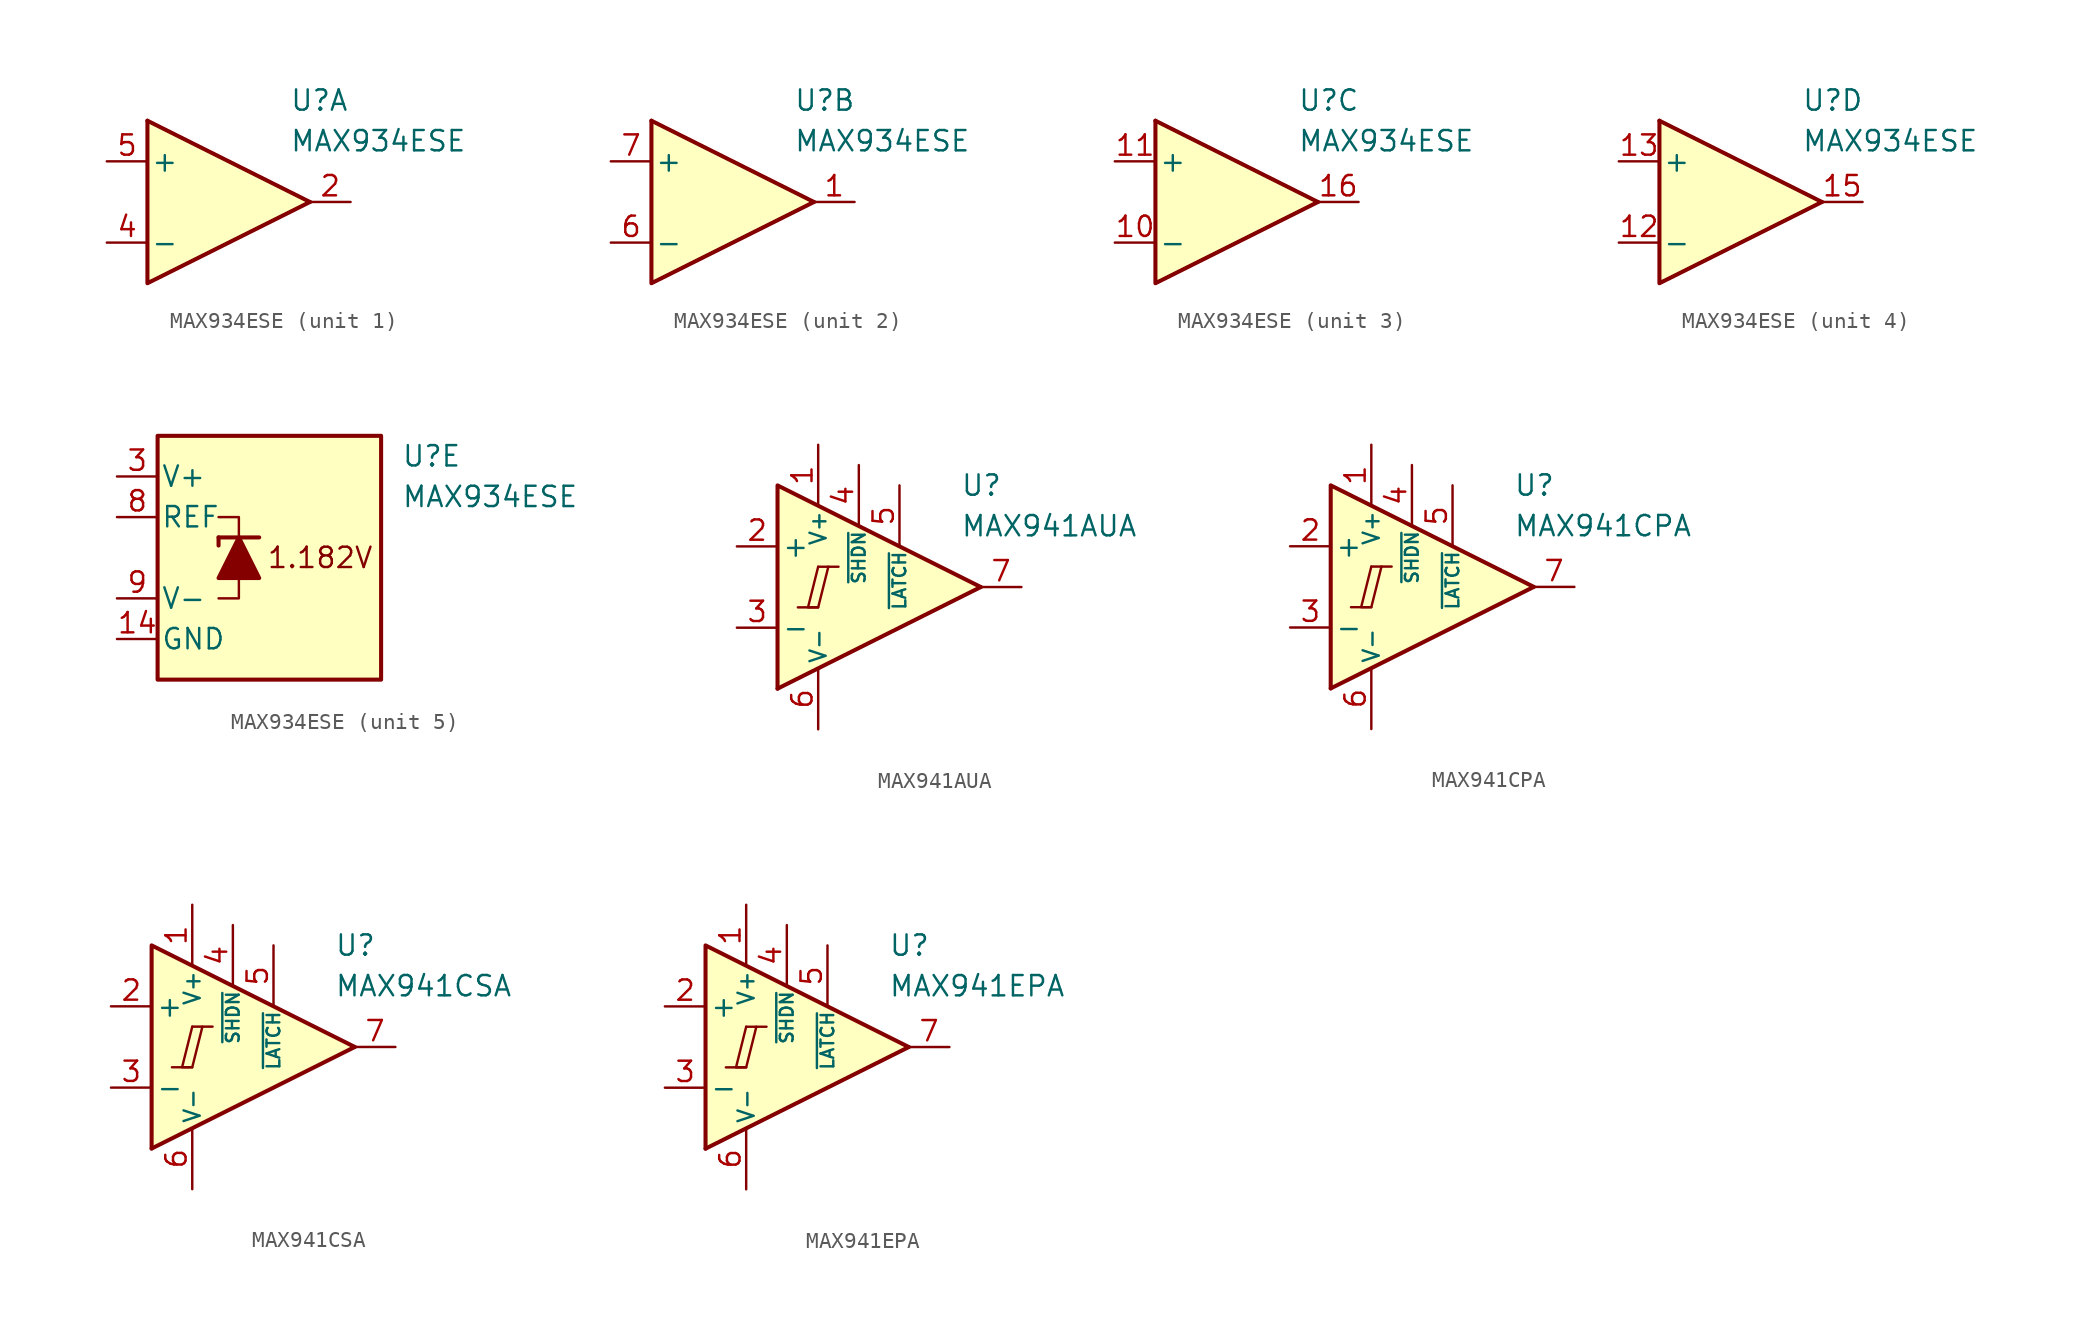
<source format=kicad_sym>
(kicad_symbol_lib
  (version 20231120)
  (generator "kicad_symbol_editor")
  (generator_version "8.0")
  (symbol "MAX934ESE"
    (pin_names
      (offset 0.2))
    (property "Reference" "U"
      (at 5.08 6.35 0)
      (effects (font (size 1.27 1.27)) (justify left)))
    (property "Value" "MAX934ESE"
      (at 5.08 3.81 0)
      (effects (font (size 1.27 1.27)) (justify left)))
    (property "ki_locked" ""
      (at 0 0 0)
      (effects (font (size 1.27 1.27))))
    (symbol "MAX934ESE_1_1"
      (polyline (pts (xy -3.81 5.08) (xy 6.35 0)) (stroke (width 0.254) (type default)) (fill (type none)))
      (polyline (pts (xy -3.81 5.08) (xy -3.81 -5.08) (xy 6.35 0)) (stroke (width 0.254) (type default)) (fill (type background)))
      (pin output line (at 8.89 0 180) (length 2.54) (name "~" (effects (font (size 1.27 1.27)))) (number "2" (effects (font (size 1.27 1.27)))))
      (pin input line (at -6.35 -2.54 0) (length 2.54) (name "-" (effects (font (size 1.27 1.27)))) (number "4" (effects (font (size 1.27 1.27)))))
      (pin input line (at -6.35 2.54 0) (length 2.54) (name "+" (effects (font (size 1.27 1.27)))) (number "5" (effects (font (size 1.27 1.27))))))
    (symbol "MAX934ESE_2_1"
      (polyline (pts (xy -3.81 5.08) (xy 6.35 0)) (stroke (width 0.254) (type default)) (fill (type none)))
      (polyline (pts (xy -3.81 5.08) (xy -3.81 -5.08) (xy 6.35 0)) (stroke (width 0.254) (type default)) (fill (type background)))
      (pin output line (at 8.89 0 180) (length 2.54) (name "~" (effects (font (size 1.27 1.27)))) (number "1" (effects (font (size 1.27 1.27)))))
      (pin input line (at -6.35 -2.54 0) (length 2.54) (name "-" (effects (font (size 1.27 1.27)))) (number "6" (effects (font (size 1.27 1.27)))))
      (pin input line (at -6.35 2.54 0) (length 2.54) (name "+" (effects (font (size 1.27 1.27)))) (number "7" (effects (font (size 1.27 1.27))))))
    (symbol "MAX934ESE_3_1"
      (polyline (pts (xy -3.81 5.08) (xy 6.35 0)) (stroke (width 0.254) (type default)) (fill (type none)))
      (polyline (pts (xy -3.81 5.08) (xy -3.81 -5.08) (xy 6.35 0)) (stroke (width 0.254) (type default)) (fill (type background)))
      (pin input line (at -6.35 -2.54 0) (length 2.54) (name "-" (effects (font (size 1.27 1.27)))) (number "10" (effects (font (size 1.27 1.27)))))
      (pin input line (at -6.35 2.54 0) (length 2.54) (name "+" (effects (font (size 1.27 1.27)))) (number "11" (effects (font (size 1.27 1.27)))))
      (pin output line (at 8.89 0 180) (length 2.54) (name "~" (effects (font (size 1.27 1.27)))) (number "16" (effects (font (size 1.27 1.27))))))
    (symbol "MAX934ESE_4_1"
      (polyline (pts (xy -3.81 5.08) (xy 6.35 0)) (stroke (width 0.254) (type default)) (fill (type none)))
      (polyline (pts (xy -3.81 5.08) (xy -3.81 -5.08) (xy 6.35 0)) (stroke (width 0.254) (type default)) (fill (type background)))
      (pin input line (at -6.35 -2.54 0) (length 2.54) (name "-" (effects (font (size 1.27 1.27)))) (number "12" (effects (font (size 1.27 1.27)))))
      (pin input line (at -6.35 2.54 0) (length 2.54) (name "+" (effects (font (size 1.27 1.27)))) (number "13" (effects (font (size 1.27 1.27)))))
      (pin output line (at 8.89 0 180) (length 2.54) (name "~" (effects (font (size 1.27 1.27)))) (number "15" (effects (font (size 1.27 1.27))))))
    (symbol "MAX934ESE_5_0"
      (text "1.182V" (at 0 0 0) (effects (font (size 1.27 1.27)))))
    (symbol "MAX934ESE_5_1"
      (rectangle (start -10.16 7.62) (end 3.81 -7.62) (stroke (width 0.254) (type default)) (fill (type background)))
      (polyline (pts (xy -6.35 1.27) (xy -6.35 0.762)) (stroke (width 0.254) (type default)) (fill (type none)))
      (polyline (pts (xy -6.35 1.27) (xy -3.81 1.27)) (stroke (width 0.254) (type default)) (fill (type none)))
      (polyline (pts (xy -5.08 -1.27) (xy -5.08 -2.54) (xy -6.35 -2.54)) (stroke (width 0) (type default)) (fill (type none)))
      (polyline (pts (xy -5.08 1.27) (xy -5.08 2.54) (xy -6.35 2.54)) (stroke (width 0) (type default)) (fill (type none)))
      (polyline (pts (xy -3.81 -1.27) (xy -6.35 -1.27) (xy -5.08 1.27) (xy -3.81 -1.27)) (stroke (width 0.254) (type default)) (fill (type outline)))
      (pin power_in line (at -12.7 -5.08 0) (length 2.54) (name "GND" (effects (font (size 1.27 1.27)))) (number "14" (effects (font (size 1.27 1.27)))))
      (pin power_in line (at -12.7 5.08 0) (length 2.54) (name "V+" (effects (font (size 1.27 1.27)))) (number "3" (effects (font (size 1.27 1.27)))))
      (pin output line (at -12.7 2.54 0) (length 2.54) (name "REF" (effects (font (size 1.27 1.27)))) (number "8" (effects (font (size 1.27 1.27)))))
      (pin power_in line (at -12.7 -2.54 0) (length 2.54) (name "V-" (effects (font (size 1.27 1.27)))) (number "9" (effects (font (size 1.27 1.27)))))))
  (symbol "MAX941AUA"
    (pin_names
      (offset 0.254))
    (property "Reference" "U"
      (at 6.35 6.35 0)
      (effects (font (size 1.27 1.27)) (justify left)))
    (property "Value" "MAX941AUA"
      (at 6.35 3.81 0)
      (effects (font (size 1.27 1.27)) (justify left)))
    (symbol "MAX941AUA_0_0"
      (polyline (pts (xy -3.81 -1.27) (xy -2.54 -1.27)) (stroke (width 0.152) (type default)) (fill (type none)))
      (polyline (pts (xy -2.54 1.27) (xy -1.27 1.27)) (stroke (width 0.152) (type default)) (fill (type none)))
      (polyline (pts (xy 7.62 0) (xy -5.08 -6.35)) (stroke (width 0.254) (type default)) (fill (type none)))
      (polyline (pts (xy 7.62 0) (xy -5.08 6.35) (xy -5.08 -6.35)) (stroke (width 0.254) (type default)) (fill (type background)))
      (polyline (pts (xy -2.54 1.27) (xy -3.175 -1.27) (xy -2.54 -1.27) (xy -1.905 1.27)) (stroke (width 0.152) (type default)) (fill (type none))))
    (symbol "MAX941AUA_1_1"
      (pin power_in line (at -2.54 8.89 270) (length 3.81) (name "V+" (effects (font (size 1 1)))) (number "1" (effects (font (size 1.27 1.27)))))
      (pin input line (at -7.62 2.54 0) (length 2.54) (name "+" (effects (font (size 1.27 1.27)))) (number "2" (effects (font (size 1.27 1.27)))))
      (pin input line (at -7.62 -2.54 0) (length 2.54) (name "-" (effects (font (size 1.27 1.27)))) (number "3" (effects (font (size 1.27 1.27)))))
      (pin input line (at 0 7.62 270) (length 3.81) (name "~{SHDN}" (effects (font (size 0.8 0.8)))) (number "4" (effects (font (size 1.27 1.27)))))
      (pin input line (at 2.54 6.35 270) (length 3.81) (name "~{LATCH}" (effects (font (size 0.8 0.8)))) (number "5" (effects (font (size 1.27 1.27)))))
      (pin power_in line (at -2.54 -8.89 90) (length 3.81) (name "V-" (effects (font (size 1 1)))) (number "6" (effects (font (size 1.27 1.27)))))
      (pin output line (at 10.16 0 180) (length 2.54) (name "~" (effects (font (size 1.27 1.27)))) (number "7" (effects (font (size 1.27 1.27)))))
      (pin free line (at -1.27 0 180) (length 2.54) hide (name "NC" (effects (font (size 1.27 1.27)))) (number "8" (effects (font (size 1.27 1.27)))))))
  (symbol "MAX941CPA"
    (pin_names
      (offset 0.254))
    (property "Reference" "U"
      (at 6.35 6.35 0)
      (effects (font (size 1.27 1.27)) (justify left)))
    (property "Value" "MAX941CPA"
      (at 6.35 3.81 0)
      (effects (font (size 1.27 1.27)) (justify left)))
    (symbol "MAX941CPA_0_0"
      (polyline (pts (xy -3.81 -1.27) (xy -2.54 -1.27)) (stroke (width 0.152) (type default)) (fill (type none)))
      (polyline (pts (xy -2.54 1.27) (xy -1.27 1.27)) (stroke (width 0.152) (type default)) (fill (type none)))
      (polyline (pts (xy 7.62 0) (xy -5.08 -6.35)) (stroke (width 0.254) (type default)) (fill (type none)))
      (polyline (pts (xy 7.62 0) (xy -5.08 6.35) (xy -5.08 -6.35)) (stroke (width 0.254) (type default)) (fill (type background)))
      (polyline (pts (xy -2.54 1.27) (xy -3.175 -1.27) (xy -2.54 -1.27) (xy -1.905 1.27)) (stroke (width 0.152) (type default)) (fill (type none))))
    (symbol "MAX941CPA_1_1"
      (pin power_in line (at -2.54 8.89 270) (length 3.81) (name "V+" (effects (font (size 1 1)))) (number "1" (effects (font (size 1.27 1.27)))))
      (pin input line (at -7.62 2.54 0) (length 2.54) (name "+" (effects (font (size 1.27 1.27)))) (number "2" (effects (font (size 1.27 1.27)))))
      (pin input line (at -7.62 -2.54 0) (length 2.54) (name "-" (effects (font (size 1.27 1.27)))) (number "3" (effects (font (size 1.27 1.27)))))
      (pin input line (at 0 7.62 270) (length 3.81) (name "~{SHDN}" (effects (font (size 0.8 0.8)))) (number "4" (effects (font (size 1.27 1.27)))))
      (pin input line (at 2.54 6.35 270) (length 3.81) (name "~{LATCH}" (effects (font (size 0.8 0.8)))) (number "5" (effects (font (size 1.27 1.27)))))
      (pin power_in line (at -2.54 -8.89 90) (length 3.81) (name "V-" (effects (font (size 1 1)))) (number "6" (effects (font (size 1.27 1.27)))))
      (pin output line (at 10.16 0 180) (length 2.54) (name "~" (effects (font (size 1.27 1.27)))) (number "7" (effects (font (size 1.27 1.27)))))
      (pin free line (at -1.27 0 180) (length 2.54) hide (name "NC" (effects (font (size 1.27 1.27)))) (number "8" (effects (font (size 1.27 1.27)))))))
  (symbol "MAX941CSA"
    (pin_names
      (offset 0.254))
    (property "Reference" "U"
      (at 6.35 6.35 0)
      (effects (font (size 1.27 1.27)) (justify left)))
    (property "Value" "MAX941CSA"
      (at 6.35 3.81 0)
      (effects (font (size 1.27 1.27)) (justify left)))
    (symbol "MAX941CSA_0_0"
      (polyline (pts (xy -3.81 -1.27) (xy -2.54 -1.27)) (stroke (width 0.152) (type default)) (fill (type none)))
      (polyline (pts (xy -2.54 1.27) (xy -1.27 1.27)) (stroke (width 0.152) (type default)) (fill (type none)))
      (polyline (pts (xy 7.62 0) (xy -5.08 -6.35)) (stroke (width 0.254) (type default)) (fill (type none)))
      (polyline (pts (xy 7.62 0) (xy -5.08 6.35) (xy -5.08 -6.35)) (stroke (width 0.254) (type default)) (fill (type background)))
      (polyline (pts (xy -2.54 1.27) (xy -3.175 -1.27) (xy -2.54 -1.27) (xy -1.905 1.27)) (stroke (width 0.152) (type default)) (fill (type none))))
    (symbol "MAX941CSA_1_1"
      (pin power_in line (at -2.54 8.89 270) (length 3.81) (name "V+" (effects (font (size 1 1)))) (number "1" (effects (font (size 1.27 1.27)))))
      (pin input line (at -7.62 2.54 0) (length 2.54) (name "+" (effects (font (size 1.27 1.27)))) (number "2" (effects (font (size 1.27 1.27)))))
      (pin input line (at -7.62 -2.54 0) (length 2.54) (name "-" (effects (font (size 1.27 1.27)))) (number "3" (effects (font (size 1.27 1.27)))))
      (pin input line (at 0 7.62 270) (length 3.81) (name "~{SHDN}" (effects (font (size 0.8 0.8)))) (number "4" (effects (font (size 1.27 1.27)))))
      (pin input line (at 2.54 6.35 270) (length 3.81) (name "~{LATCH}" (effects (font (size 0.8 0.8)))) (number "5" (effects (font (size 1.27 1.27)))))
      (pin power_in line (at -2.54 -8.89 90) (length 3.81) (name "V-" (effects (font (size 1 1)))) (number "6" (effects (font (size 1.27 1.27)))))
      (pin output line (at 10.16 0 180) (length 2.54) (name "~" (effects (font (size 1.27 1.27)))) (number "7" (effects (font (size 1.27 1.27)))))
      (pin free line (at -1.27 0 180) (length 2.54) hide (name "NC" (effects (font (size 1.27 1.27)))) (number "8" (effects (font (size 1.27 1.27)))))))
  (symbol "MAX941EPA"
    (pin_names
      (offset 0.254))
    (property "Reference" "U"
      (at 6.35 6.35 0)
      (effects (font (size 1.27 1.27)) (justify left)))
    (property "Value" "MAX941EPA"
      (at 6.35 3.81 0)
      (effects (font (size 1.27 1.27)) (justify left)))
    (symbol "MAX941EPA_0_0"
      (polyline (pts (xy -3.81 -1.27) (xy -2.54 -1.27)) (stroke (width 0.152) (type default)) (fill (type none)))
      (polyline (pts (xy -2.54 1.27) (xy -1.27 1.27)) (stroke (width 0.152) (type default)) (fill (type none)))
      (polyline (pts (xy 7.62 0) (xy -5.08 -6.35)) (stroke (width 0.254) (type default)) (fill (type none)))
      (polyline (pts (xy 7.62 0) (xy -5.08 6.35) (xy -5.08 -6.35)) (stroke (width 0.254) (type default)) (fill (type background)))
      (polyline (pts (xy -2.54 1.27) (xy -3.175 -1.27) (xy -2.54 -1.27) (xy -1.905 1.27)) (stroke (width 0.152) (type default)) (fill (type none))))
    (symbol "MAX941EPA_1_1"
      (pin power_in line (at -2.54 8.89 270) (length 3.81) (name "V+" (effects (font (size 1 1)))) (number "1" (effects (font (size 1.27 1.27)))))
      (pin input line (at -7.62 2.54 0) (length 2.54) (name "+" (effects (font (size 1.27 1.27)))) (number "2" (effects (font (size 1.27 1.27)))))
      (pin input line (at -7.62 -2.54 0) (length 2.54) (name "-" (effects (font (size 1.27 1.27)))) (number "3" (effects (font (size 1.27 1.27)))))
      (pin input line (at 0 7.62 270) (length 3.81) (name "~{SHDN}" (effects (font (size 0.8 0.8)))) (number "4" (effects (font (size 1.27 1.27)))))
      (pin input line (at 2.54 6.35 270) (length 3.81) (name "~{LATCH}" (effects (font (size 0.8 0.8)))) (number "5" (effects (font (size 1.27 1.27)))))
      (pin power_in line (at -2.54 -8.89 90) (length 3.81) (name "V-" (effects (font (size 1 1)))) (number "6" (effects (font (size 1.27 1.27)))))
      (pin output line (at 10.16 0 180) (length 2.54) (name "~" (effects (font (size 1.27 1.27)))) (number "7" (effects (font (size 1.27 1.27)))))
      (pin free line (at -1.27 0 180) (length 2.54) hide (name "NC" (effects (font (size 1.27 1.27)))) (number "8" (effects (font (size 1.27 1.27))))))))
</source>
